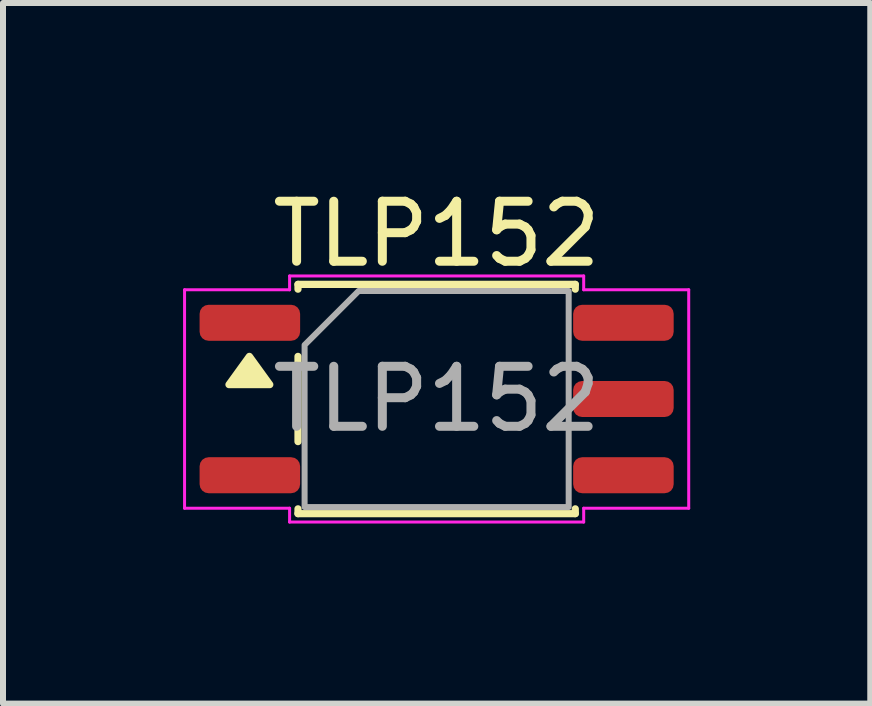
<source format=kicad_pcb>
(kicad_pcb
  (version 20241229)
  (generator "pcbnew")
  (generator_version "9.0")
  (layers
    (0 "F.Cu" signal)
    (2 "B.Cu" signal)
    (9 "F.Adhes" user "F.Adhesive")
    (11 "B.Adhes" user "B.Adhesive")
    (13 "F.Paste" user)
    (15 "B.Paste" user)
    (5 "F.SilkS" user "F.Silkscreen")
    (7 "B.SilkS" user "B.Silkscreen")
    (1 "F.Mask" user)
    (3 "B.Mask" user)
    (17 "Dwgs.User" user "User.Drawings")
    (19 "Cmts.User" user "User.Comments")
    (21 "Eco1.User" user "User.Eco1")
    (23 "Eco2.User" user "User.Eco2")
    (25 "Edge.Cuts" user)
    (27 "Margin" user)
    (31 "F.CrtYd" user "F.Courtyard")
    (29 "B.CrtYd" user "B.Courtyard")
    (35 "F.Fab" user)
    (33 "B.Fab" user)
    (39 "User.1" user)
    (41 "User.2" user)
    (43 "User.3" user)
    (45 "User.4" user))
  (footprint "TLP152"
    (layer "F.Cu")
    (at 4.225 3.598)
    (property "Reference" "TLP152" (at 0 -2.75 0) (layer "F.SilkS") (effects (font (size 1 1) (thickness 0.15))))
    (attr smd)
    (fp_line (start -2.31 -1.91) (end 2.31 -1.91) (stroke (width 0.12) (type solid)) (layer "F.SilkS"))
    (fp_line (start -2.31 -1.83) (end -2.31 -1.91) (stroke (width 0.12) (type solid)) (layer "F.SilkS"))
    (fp_line (start -2.31 0.71) (end -2.31 -0.71) (stroke (width 0.12) (type solid)) (layer "F.SilkS"))
    (fp_line (start -2.31 1.91) (end -2.31 1.83) (stroke (width 0.12) (type solid)) (layer "F.SilkS"))
    (fp_line (start 2.31 -1.91) (end 2.31 -1.83) (stroke (width 0.12) (type solid)) (layer "F.SilkS"))
    (fp_line (start 2.31 1.83) (end 2.31 1.91) (stroke (width 0.12) (type solid)) (layer "F.SilkS"))
    (fp_line (start 2.31 1.91) (end -2.31 1.91) (stroke (width 0.12) (type solid)) (layer "F.SilkS"))
    (fp_poly (pts (xy -3.12 -0.71) (xy -2.78 -0.24) (xy -3.46 -0.24)) (stroke (width 0.12) (type solid)) (fill yes) (layer "F.SilkS"))
    (fp_line (start -4.2 -1.82) (end -2.45 -1.82) (stroke (width 0.05) (type solid)) (layer "F.CrtYd"))
    (fp_line (start -4.2 1.82) (end -4.2 -1.82) (stroke (width 0.05) (type solid)) (layer "F.CrtYd"))
    (fp_line (start -2.45 -2.05) (end 2.45 -2.05) (stroke (width 0.05) (type solid)) (layer "F.CrtYd"))
    (fp_line (start -2.45 -1.82) (end -2.45 -2.05) (stroke (width 0.05) (type solid)) (layer "F.CrtYd"))
    (fp_line (start -2.45 1.82) (end -4.2 1.82) (stroke (width 0.05) (type solid)) (layer "F.CrtYd"))
    (fp_line (start -2.45 2.05) (end -2.45 1.82) (stroke (width 0.05) (type solid)) (layer "F.CrtYd"))
    (fp_line (start 2.45 -2.05) (end 2.45 -1.82) (stroke (width 0.05) (type solid)) (layer "F.CrtYd"))
    (fp_line (start 2.45 -1.82) (end 4.2 -1.82) (stroke (width 0.05) (type solid)) (layer "F.CrtYd"))
    (fp_line (start 2.45 1.82) (end 2.45 2.05) (stroke (width 0.05) (type solid)) (layer "F.CrtYd"))
    (fp_line (start 2.45 2.05) (end -2.45 2.05) (stroke (width 0.05) (type solid)) (layer "F.CrtYd"))
    (fp_line (start 4.2 -1.82) (end 4.2 1.82) (stroke (width 0.05) (type solid)) (layer "F.CrtYd"))
    (fp_line (start 4.2 1.82) (end 2.45 1.82) (stroke (width 0.05) (type solid)) (layer "F.CrtYd"))
    (fp_poly (pts (xy -2.2 -0.9) (xy -2.2 1.8) (xy 2.2 1.8) (xy 2.2 -1.8) (xy -1.3 -1.8)) (stroke (width 0.1) (type solid)) (fill no) (layer "F.Fab"))
    (fp_text user "${REFERENCE}" (at 0 0 0) (layer "F.Fab") (effects (font (size 1 1) (thickness 0.15))))
    (pad "1" smd roundrect (at -3.112 -1.27) (size 1.675 0.6) (layers "F.Cu" "F.Mask" "F.Paste") (roundrect_rratio 0.25))
    (pad "2" smd roundrect (at -3.112 1.27) (size 1.675 0.6) (layers "F.Cu" "F.Mask" "F.Paste") (roundrect_rratio 0.25))
    (pad "4" smd roundrect (at 3.112 1.27) (size 1.675 0.6) (layers "F.Cu" "F.Mask" "F.Paste") (roundrect_rratio 0.25))
    (pad "5" smd roundrect (at 3.112 0) (size 1.675 0.6) (layers "F.Cu" "F.Mask" "F.Paste") (roundrect_rratio 0.25))
    (pad "6" smd roundrect (at 3.112 -1.27) (size 1.675 0.6) (layers "F.Cu" "F.Mask" "F.Paste") (roundrect_rratio 0.25)))
  (gr_rect
    (start -3 -3)
    (end 11.45 8.673)
    (stroke (width 0.1) (type default))
    (fill no)
    (layer "Edge.Cuts")))
</source>
